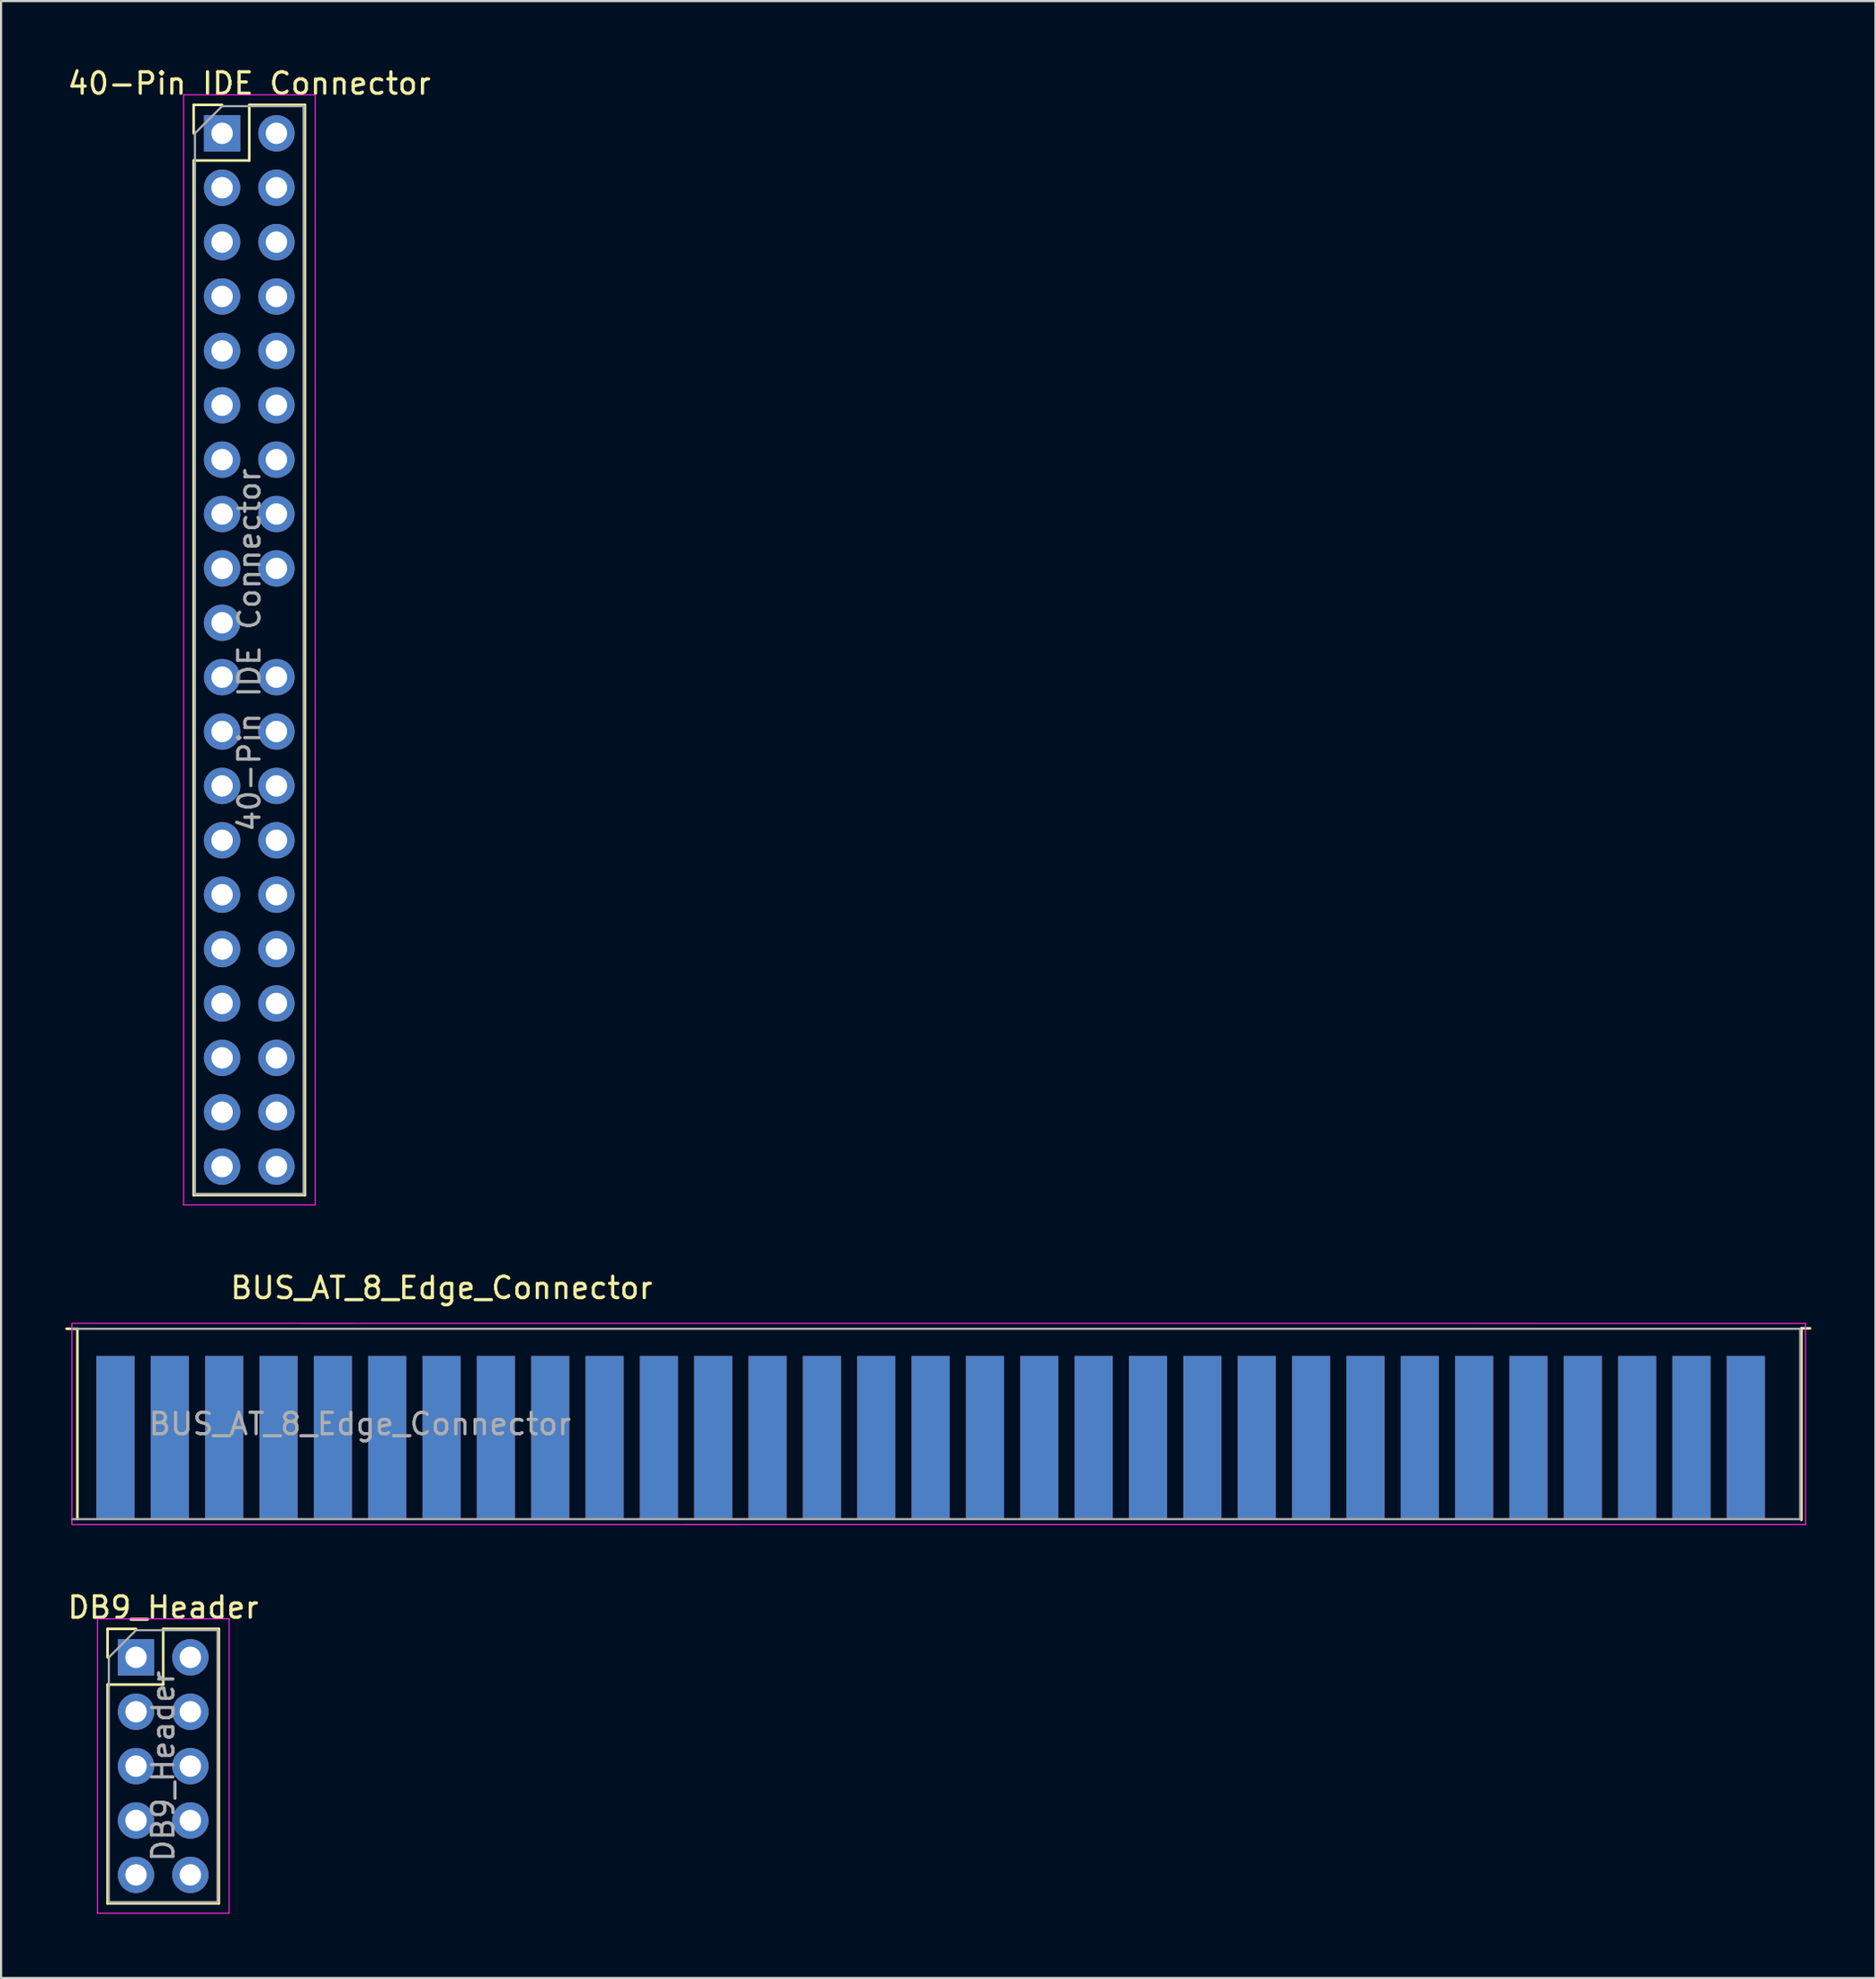
<source format=kicad_pcb>
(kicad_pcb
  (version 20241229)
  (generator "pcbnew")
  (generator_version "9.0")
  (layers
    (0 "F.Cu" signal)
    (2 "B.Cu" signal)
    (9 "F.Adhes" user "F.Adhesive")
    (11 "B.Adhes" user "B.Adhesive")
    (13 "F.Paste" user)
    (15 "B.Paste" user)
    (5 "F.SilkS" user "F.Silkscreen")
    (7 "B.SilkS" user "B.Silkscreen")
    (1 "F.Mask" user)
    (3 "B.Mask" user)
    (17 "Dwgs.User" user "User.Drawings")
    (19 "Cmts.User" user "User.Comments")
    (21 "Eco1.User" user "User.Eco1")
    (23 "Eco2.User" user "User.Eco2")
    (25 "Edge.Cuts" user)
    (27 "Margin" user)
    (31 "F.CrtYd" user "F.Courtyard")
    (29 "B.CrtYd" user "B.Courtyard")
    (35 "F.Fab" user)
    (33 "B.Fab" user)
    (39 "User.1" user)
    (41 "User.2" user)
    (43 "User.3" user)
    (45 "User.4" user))
  (footprint "40-Pin IDE Connector"
    (layer "F.Cu")
    (at 7.331 3.178)
    (property "Reference" "40-Pin IDE Connector" (at 1.27 -2.33 0) (layer "F.SilkS") (effects (font (size 1 1) (thickness 0.15))))
    (attr through_hole)
    (fp_line (start -1.33 -1.33) (end 0 -1.33) (stroke (width 0.12) (type solid)) (layer "F.SilkS"))
    (fp_line (start -1.33 0) (end -1.33 -1.33) (stroke (width 0.12) (type solid)) (layer "F.SilkS"))
    (fp_line (start -1.33 1.27) (end -1.33 49.59) (stroke (width 0.12) (type solid)) (layer "F.SilkS"))
    (fp_line (start -1.33 1.27) (end 1.27 1.27) (stroke (width 0.12) (type solid)) (layer "F.SilkS"))
    (fp_line (start -1.33 49.59) (end 3.87 49.59) (stroke (width 0.12) (type solid)) (layer "F.SilkS"))
    (fp_line (start 1.27 -1.33) (end 3.87 -1.33) (stroke (width 0.12) (type solid)) (layer "F.SilkS"))
    (fp_line (start 1.27 1.27) (end 1.27 -1.33) (stroke (width 0.12) (type solid)) (layer "F.SilkS"))
    (fp_line (start 3.87 -1.33) (end 3.87 49.59) (stroke (width 0.12) (type solid)) (layer "F.SilkS"))
    (fp_line (start -1.8 -1.8) (end -1.8 50.05) (stroke (width 0.05) (type solid)) (layer "F.CrtYd"))
    (fp_line (start -1.8 50.05) (end 4.35 50.05) (stroke (width 0.05) (type solid)) (layer "F.CrtYd"))
    (fp_line (start 4.35 -1.8) (end -1.8 -1.8) (stroke (width 0.05) (type solid)) (layer "F.CrtYd"))
    (fp_line (start 4.35 50.05) (end 4.35 -1.8) (stroke (width 0.05) (type solid)) (layer "F.CrtYd"))
    (fp_line (start -1.27 0) (end 0 -1.27) (stroke (width 0.1) (type solid)) (layer "F.Fab"))
    (fp_line (start -1.27 49.53) (end -1.27 0) (stroke (width 0.1) (type solid)) (layer "F.Fab"))
    (fp_line (start 0 -1.27) (end 3.81 -1.27) (stroke (width 0.1) (type solid)) (layer "F.Fab"))
    (fp_line (start 3.81 -1.27) (end 3.81 49.53) (stroke (width 0.1) (type solid)) (layer "F.Fab"))
    (fp_line (start 3.81 49.53) (end -1.27 49.53) (stroke (width 0.1) (type solid)) (layer "F.Fab"))
    (fp_text user "${REFERENCE}" (at 1.27 24.13 90) (layer "F.Fab") (effects (font (size 1 1) (thickness 0.15))))
    (pad "1" thru_hole rect (at 0 0) (size 1.7 1.7) (drill 1) (layers "*.Cu" "*.Mask"))
    (pad "2" thru_hole oval (at 2.54 0) (size 1.7 1.7) (drill 1) (layers "*.Cu" "*.Mask"))
    (pad "3" thru_hole oval (at 0 2.54) (size 1.7 1.7) (drill 1) (layers "*.Cu" "*.Mask"))
    (pad "4" thru_hole oval (at 2.54 2.54) (size 1.7 1.7) (drill 1) (layers "*.Cu" "*.Mask"))
    (pad "5" thru_hole oval (at 0 5.08) (size 1.7 1.7) (drill 1) (layers "*.Cu" "*.Mask"))
    (pad "6" thru_hole oval (at 2.54 5.08) (size 1.7 1.7) (drill 1) (layers "*.Cu" "*.Mask"))
    (pad "7" thru_hole oval (at 0 7.62) (size 1.7 1.7) (drill 1) (layers "*.Cu" "*.Mask"))
    (pad "8" thru_hole oval (at 2.54 7.62) (size 1.7 1.7) (drill 1) (layers "*.Cu" "*.Mask"))
    (pad "9" thru_hole oval (at 0 10.16) (size 1.7 1.7) (drill 1) (layers "*.Cu" "*.Mask"))
    (pad "10" thru_hole oval (at 2.54 10.16) (size 1.7 1.7) (drill 1) (layers "*.Cu" "*.Mask"))
    (pad "11" thru_hole oval (at 0 12.7) (size 1.7 1.7) (drill 1) (layers "*.Cu" "*.Mask"))
    (pad "12" thru_hole oval (at 2.54 12.7) (size 1.7 1.7) (drill 1) (layers "*.Cu" "*.Mask"))
    (pad "13" thru_hole oval (at 0 15.24) (size 1.7 1.7) (drill 1) (layers "*.Cu" "*.Mask"))
    (pad "14" thru_hole oval (at 2.54 15.24) (size 1.7 1.7) (drill 1) (layers "*.Cu" "*.Mask"))
    (pad "15" thru_hole oval (at 0 17.78) (size 1.7 1.7) (drill 1) (layers "*.Cu" "*.Mask"))
    (pad "16" thru_hole oval (at 2.54 17.78) (size 1.7 1.7) (drill 1) (layers "*.Cu" "*.Mask"))
    (pad "17" thru_hole oval (at 0 20.32) (size 1.7 1.7) (drill 1) (layers "*.Cu" "*.Mask"))
    (pad "18" thru_hole oval (at 2.54 20.32) (size 1.7 1.7) (drill 1) (layers "*.Cu" "*.Mask"))
    (pad "19" thru_hole oval (at 0 22.86) (size 1.7 1.7) (drill 1) (layers "*.Cu" "*.Mask"))
    (pad "21" thru_hole oval (at 0 25.4) (size 1.7 1.7) (drill 1) (layers "*.Cu" "*.Mask"))
    (pad "22" thru_hole oval (at 2.54 25.4) (size 1.7 1.7) (drill 1) (layers "*.Cu" "*.Mask"))
    (pad "23" thru_hole oval (at 0 27.94) (size 1.7 1.7) (drill 1) (layers "*.Cu" "*.Mask"))
    (pad "24" thru_hole oval (at 2.54 27.94) (size 1.7 1.7) (drill 1) (layers "*.Cu" "*.Mask"))
    (pad "25" thru_hole oval (at 0 30.48) (size 1.7 1.7) (drill 1) (layers "*.Cu" "*.Mask"))
    (pad "26" thru_hole oval (at 2.54 30.48) (size 1.7 1.7) (drill 1) (layers "*.Cu" "*.Mask"))
    (pad "27" thru_hole oval (at 0 33.02) (size 1.7 1.7) (drill 1) (layers "*.Cu" "*.Mask"))
    (pad "28" thru_hole oval (at 2.54 33.02) (size 1.7 1.7) (drill 1) (layers "*.Cu" "*.Mask"))
    (pad "29" thru_hole oval (at 0 35.56) (size 1.7 1.7) (drill 1) (layers "*.Cu" "*.Mask"))
    (pad "30" thru_hole oval (at 2.54 35.56) (size 1.7 1.7) (drill 1) (layers "*.Cu" "*.Mask"))
    (pad "31" thru_hole oval (at 0 38.1) (size 1.7 1.7) (drill 1) (layers "*.Cu" "*.Mask"))
    (pad "32" thru_hole oval (at 2.54 38.1) (size 1.7 1.7) (drill 1) (layers "*.Cu" "*.Mask"))
    (pad "33" thru_hole oval (at 0 40.64) (size 1.7 1.7) (drill 1) (layers "*.Cu" "*.Mask"))
    (pad "34" thru_hole oval (at 2.54 40.64) (size 1.7 1.7) (drill 1) (layers "*.Cu" "*.Mask"))
    (pad "35" thru_hole oval (at 0 43.18) (size 1.7 1.7) (drill 1) (layers "*.Cu" "*.Mask"))
    (pad "36" thru_hole oval (at 2.54 43.18) (size 1.7 1.7) (drill 1) (layers "*.Cu" "*.Mask"))
    (pad "37" thru_hole oval (at 0 45.72) (size 1.7 1.7) (drill 1) (layers "*.Cu" "*.Mask"))
    (pad "38" thru_hole oval (at 2.54 45.72) (size 1.7 1.7) (drill 1) (layers "*.Cu" "*.Mask"))
    (pad "39" thru_hole oval (at 0 48.26) (size 1.7 1.7) (drill 1) (layers "*.Cu" "*.Mask"))
    (pad "40" thru_hole oval (at 2.54 48.26) (size 1.7 1.7) (drill 1) (layers "*.Cu" "*.Mask")))
  (footprint "BUS_AT_8_Edge_Connector"
    (layer "F.Cu")
    (at 0.314 58.758)
    (property "Reference" "BUS_AT_8_Edge_Connector" (at 17.272 -1.656 0) (layer "F.SilkS") (effects (font (size 1 1) (thickness 0.15))))
    (attr exclude_from_pos_files exclude_from_bom)
    (fp_line (start 0.254 0.254) (end -0.254 0.254) (stroke (width 0.12) (type solid)) (layer "F.SilkS"))
    (fp_line (start 0.254 0.254) (end 0.254 9.144) (stroke (width 0.12) (type solid)) (layer "F.SilkS"))
    (fp_line (start 80.832 0.234) (end 81.232 0.234) (stroke (width 0.12) (type solid)) (layer "F.SilkS"))
    (fp_line (start 80.832 9.184) (end 80.832 0.234) (stroke (width 0.12) (type solid)) (layer "F.SilkS"))
    (fp_line (start 0 0) (end 81.022 0.004) (stroke (width 0.05) (type solid)) (layer "F.CrtYd"))
    (fp_line (start 0 0.004) (end 0 9.394) (stroke (width 0.05) (type solid)) (layer "F.CrtYd"))
    (fp_line (start 81.022 9.394) (end 0 9.398) (stroke (width 0.05) (type solid)) (layer "F.CrtYd"))
    (fp_line (start 81.022 9.394) (end 81.022 0.004) (stroke (width 0.05) (type solid)) (layer "F.CrtYd"))
    (fp_line (start 0 0.254) (end 80.772 0.254) (stroke (width 0.1) (type solid)) (layer "F.Fab"))
    (fp_line (start 80.772 0.254) (end 80.772 9.144) (stroke (width 0.1) (type solid)) (layer "F.Fab"))
    (fp_line (start 80.772 9.144) (end 0 9.144) (stroke (width 0.1) (type solid)) (layer "F.Fab"))
    (fp_text user "${REFERENCE}" (at 13.462 4.699 0) (layer "F.Fab") (effects (font (size 1 1) (thickness 0.15))))
    (pad "1" connect rect (at 78.232 5.334) (size 1.78 7.62) (layers "B.Cu" "B.Mask"))
    (pad "2" connect rect (at 75.692 5.334) (size 1.78 7.62) (layers "B.Cu" "B.Mask"))
    (pad "3" connect rect (at 73.152 5.334) (size 1.78 7.62) (layers "B.Cu" "B.Mask"))
    (pad "4" connect rect (at 70.612 5.334) (size 1.78 7.62) (layers "B.Cu" "B.Mask"))
    (pad "5" connect rect (at 68.072 5.334) (size 1.78 7.62) (layers "B.Cu" "B.Mask"))
    (pad "6" connect rect (at 65.532 5.334) (size 1.78 7.62) (layers "B.Cu" "B.Mask"))
    (pad "7" connect rect (at 62.992 5.334) (size 1.78 7.62) (layers "B.Cu" "B.Mask"))
    (pad "8" connect rect (at 60.452 5.334) (size 1.78 7.62) (layers "B.Cu" "B.Mask"))
    (pad "9" connect rect (at 57.912 5.334) (size 1.78 7.62) (layers "B.Cu" "B.Mask"))
    (pad "10" connect rect (at 55.372 5.334) (size 1.78 7.62) (layers "B.Cu" "B.Mask"))
    (pad "11" connect rect (at 52.832 5.334) (size 1.78 7.62) (layers "B.Cu" "B.Mask"))
    (pad "12" connect rect (at 50.292 5.334) (size 1.78 7.62) (layers "B.Cu" "B.Mask"))
    (pad "13" connect rect (at 47.752 5.334) (size 1.78 7.62) (layers "B.Cu" "B.Mask"))
    (pad "14" connect rect (at 45.212 5.334) (size 1.78 7.62) (layers "B.Cu" "B.Mask"))
    (pad "15" connect rect (at 42.672 5.334) (size 1.78 7.62) (layers "B.Cu" "B.Mask"))
    (pad "16" connect rect (at 40.132 5.334) (size 1.78 7.62) (layers "B.Cu" "B.Mask"))
    (pad "17" connect rect (at 37.592 5.334) (size 1.78 7.62) (layers "B.Cu" "B.Mask"))
    (pad "18" connect rect (at 35.052 5.334) (size 1.78 7.62) (layers "B.Cu" "B.Mask"))
    (pad "19" connect rect (at 32.512 5.334) (size 1.78 7.62) (layers "B.Cu" "B.Mask"))
    (pad "20" connect rect (at 29.972 5.334) (size 1.78 7.62) (layers "B.Cu" "B.Mask"))
    (pad "21" connect rect (at 27.432 5.334) (size 1.78 7.62) (layers "B.Cu" "B.Mask"))
    (pad "22" connect rect (at 24.892 5.334) (size 1.78 7.62) (layers "B.Cu" "B.Mask"))
    (pad "23" connect rect (at 22.352 5.334) (size 1.78 7.62) (layers "B.Cu" "B.Mask"))
    (pad "24" connect rect (at 19.812 5.334) (size 1.78 7.62) (layers "B.Cu" "B.Mask"))
    (pad "25" connect rect (at 17.272 5.334) (size 1.78 7.62) (layers "B.Cu" "B.Mask"))
    (pad "26" connect rect (at 14.732 5.334) (size 1.78 7.62) (layers "B.Cu" "B.Mask"))
    (pad "27" connect rect (at 12.192 5.334) (size 1.78 7.62) (layers "B.Cu" "B.Mask"))
    (pad "28" connect rect (at 9.652 5.334) (size 1.78 7.62) (layers "B.Cu" "B.Mask"))
    (pad "29" connect rect (at 7.112 5.334) (size 1.78 7.62) (layers "B.Cu" "B.Mask"))
    (pad "30" connect rect (at 4.572 5.334) (size 1.78 7.62) (layers "B.Cu" "B.Mask"))
    (pad "31" connect rect (at 2.032 5.334) (size 1.78 7.62) (layers "B.Cu" "B.Mask"))
    (pad "32" connect rect (at 78.232 5.334) (size 1.78 7.62) (layers "F.Cu" "F.Mask"))
    (pad "33" connect rect (at 75.692 5.334) (size 1.78 7.62) (layers "F.Cu" "F.Mask"))
    (pad "34" connect rect (at 73.152 5.334) (size 1.78 7.62) (layers "F.Cu" "F.Mask"))
    (pad "35" connect rect (at 70.612 5.334) (size 1.78 7.62) (layers "F.Cu" "F.Mask"))
    (pad "36" connect rect (at 68.072 5.334) (size 1.78 7.62) (layers "F.Cu" "F.Mask"))
    (pad "37" connect rect (at 65.532 5.334) (size 1.78 7.62) (layers "F.Cu" "F.Mask"))
    (pad "38" connect rect (at 62.992 5.334) (size 1.78 7.62) (layers "F.Cu" "F.Mask"))
    (pad "39" connect rect (at 60.452 5.334) (size 1.78 7.62) (layers "F.Cu" "F.Mask"))
    (pad "40" connect rect (at 57.912 5.334) (size 1.78 7.62) (layers "F.Cu" "F.Mask"))
    (pad "41" connect rect (at 55.372 5.334) (size 1.78 7.62) (layers "F.Cu" "F.Mask"))
    (pad "42" connect rect (at 52.832 5.334) (size 1.78 7.62) (layers "F.Cu" "F.Mask"))
    (pad "43" connect rect (at 50.292 5.334) (size 1.78 7.62) (layers "F.Cu" "F.Mask"))
    (pad "44" connect rect (at 47.752 5.334) (size 1.78 7.62) (layers "F.Cu" "F.Mask"))
    (pad "45" connect rect (at 45.212 5.334) (size 1.78 7.62) (layers "F.Cu" "F.Mask"))
    (pad "46" connect rect (at 42.672 5.334) (size 1.78 7.62) (layers "F.Cu" "F.Mask"))
    (pad "47" connect rect (at 40.132 5.334) (size 1.78 7.62) (layers "F.Cu" "F.Mask"))
    (pad "48" connect rect (at 37.592 5.334) (size 1.78 7.62) (layers "F.Cu" "F.Mask"))
    (pad "49" connect rect (at 35.052 5.334) (size 1.78 7.62) (layers "F.Cu" "F.Mask"))
    (pad "50" connect rect (at 32.512 5.334) (size 1.78 7.62) (layers "F.Cu" "F.Mask"))
    (pad "51" connect rect (at 29.972 5.334) (size 1.78 7.62) (layers "F.Cu" "F.Mask"))
    (pad "52" connect rect (at 27.432 5.334) (size 1.78 7.62) (layers "F.Cu" "F.Mask"))
    (pad "53" connect rect (at 24.892 5.334) (size 1.78 7.62) (layers "F.Cu" "F.Mask"))
    (pad "54" connect rect (at 22.352 5.334) (size 1.78 7.62) (layers "F.Cu" "F.Mask"))
    (pad "55" connect rect (at 19.812 5.334) (size 1.78 7.62) (layers "F.Cu" "F.Mask"))
    (pad "56" connect rect (at 17.272 5.334) (size 1.78 7.62) (layers "F.Cu" "F.Mask"))
    (pad "57" connect rect (at 14.732 5.334) (size 1.78 7.62) (layers "F.Cu" "F.Mask"))
    (pad "58" connect rect (at 12.192 5.334) (size 1.78 7.62) (layers "F.Cu" "F.Mask"))
    (pad "59" connect rect (at 9.652 5.334) (size 1.78 7.62) (layers "F.Cu" "F.Mask"))
    (pad "60" connect rect (at 7.112 5.334) (size 1.78 7.62) (layers "F.Cu" "F.Mask"))
    (pad "61" connect rect (at 4.572 5.334) (size 1.78 7.62) (layers "F.Cu" "F.Mask"))
    (pad "62" connect rect (at 2.032 5.334) (size 1.78 7.62) (layers "F.Cu" "F.Mask")))
  (footprint "DB9_Header"
    (layer "F.Cu")
    (at 3.307 74.359)
    (property "Reference" "DB9_Header" (at 1.27 -2.33 0) (layer "F.SilkS") (effects (font (size 1 1) (thickness 0.15))))
    (attr through_hole)
    (fp_line (start -1.33 -1.33) (end 0 -1.33) (stroke (width 0.12) (type solid)) (layer "F.SilkS"))
    (fp_line (start -1.33 0) (end -1.33 -1.33) (stroke (width 0.12) (type solid)) (layer "F.SilkS"))
    (fp_line (start -1.33 1.27) (end -1.33 11.49) (stroke (width 0.12) (type solid)) (layer "F.SilkS"))
    (fp_line (start -1.33 1.27) (end 1.27 1.27) (stroke (width 0.12) (type solid)) (layer "F.SilkS"))
    (fp_line (start -1.33 11.49) (end 3.87 11.49) (stroke (width 0.12) (type solid)) (layer "F.SilkS"))
    (fp_line (start 1.27 -1.33) (end 3.87 -1.33) (stroke (width 0.12) (type solid)) (layer "F.SilkS"))
    (fp_line (start 1.27 1.27) (end 1.27 -1.33) (stroke (width 0.12) (type solid)) (layer "F.SilkS"))
    (fp_line (start 3.87 -1.33) (end 3.87 11.49) (stroke (width 0.12) (type solid)) (layer "F.SilkS"))
    (fp_line (start -1.8 -1.8) (end -1.8 11.95) (stroke (width 0.05) (type solid)) (layer "F.CrtYd"))
    (fp_line (start -1.8 11.95) (end 4.35 11.95) (stroke (width 0.05) (type solid)) (layer "F.CrtYd"))
    (fp_line (start 4.35 -1.8) (end -1.8 -1.8) (stroke (width 0.05) (type solid)) (layer "F.CrtYd"))
    (fp_line (start 4.35 11.95) (end 4.35 -1.8) (stroke (width 0.05) (type solid)) (layer "F.CrtYd"))
    (fp_line (start -1.27 0) (end 0 -1.27) (stroke (width 0.1) (type solid)) (layer "F.Fab"))
    (fp_line (start -1.27 11.43) (end -1.27 0) (stroke (width 0.1) (type solid)) (layer "F.Fab"))
    (fp_line (start 0 -1.27) (end 3.81 -1.27) (stroke (width 0.1) (type solid)) (layer "F.Fab"))
    (fp_line (start 3.81 -1.27) (end 3.81 11.43) (stroke (width 0.1) (type solid)) (layer "F.Fab"))
    (fp_line (start 3.81 11.43) (end -1.27 11.43) (stroke (width 0.1) (type solid)) (layer "F.Fab"))
    (fp_text user "${REFERENCE}" (at 1.27 5.08 90) (layer "F.Fab") (effects (font (size 1 1) (thickness 0.15))))
    (pad "1" thru_hole rect (at 0 0) (size 1.7 1.7) (drill 1) (layers "*.Cu" "*.Mask"))
    (pad "2" thru_hole oval (at 2.54 0) (size 1.7 1.7) (drill 1) (layers "*.Cu" "*.Mask"))
    (pad "3" thru_hole oval (at 0 2.54) (size 1.7 1.7) (drill 1) (layers "*.Cu" "*.Mask"))
    (pad "4" thru_hole oval (at 2.54 2.54) (size 1.7 1.7) (drill 1) (layers "*.Cu" "*.Mask"))
    (pad "5" thru_hole oval (at 0 5.08) (size 1.7 1.7) (drill 1) (layers "*.Cu" "*.Mask"))
    (pad "6" thru_hole oval (at 2.54 5.08) (size 1.7 1.7) (drill 1) (layers "*.Cu" "*.Mask"))
    (pad "7" thru_hole oval (at 0 7.62) (size 1.7 1.7) (drill 1) (layers "*.Cu" "*.Mask"))
    (pad "8" thru_hole oval (at 2.54 7.62) (size 1.7 1.7) (drill 1) (layers "*.Cu" "*.Mask"))
    (pad "9" thru_hole oval (at 0 10.16) (size 1.7 1.7) (drill 1) (layers "*.Cu" "*.Mask"))
    (pad "10" thru_hole circle (at 2.54 10.16) (size 1.7 1.7) (drill 1) (layers "*.Cu" "*.Mask")))
  (gr_rect
    (start -3 -3)
    (end 84.606 89.334)
    (stroke (width 0.1) (type default))
    (fill no)
    (layer "Edge.Cuts")))
</source>
